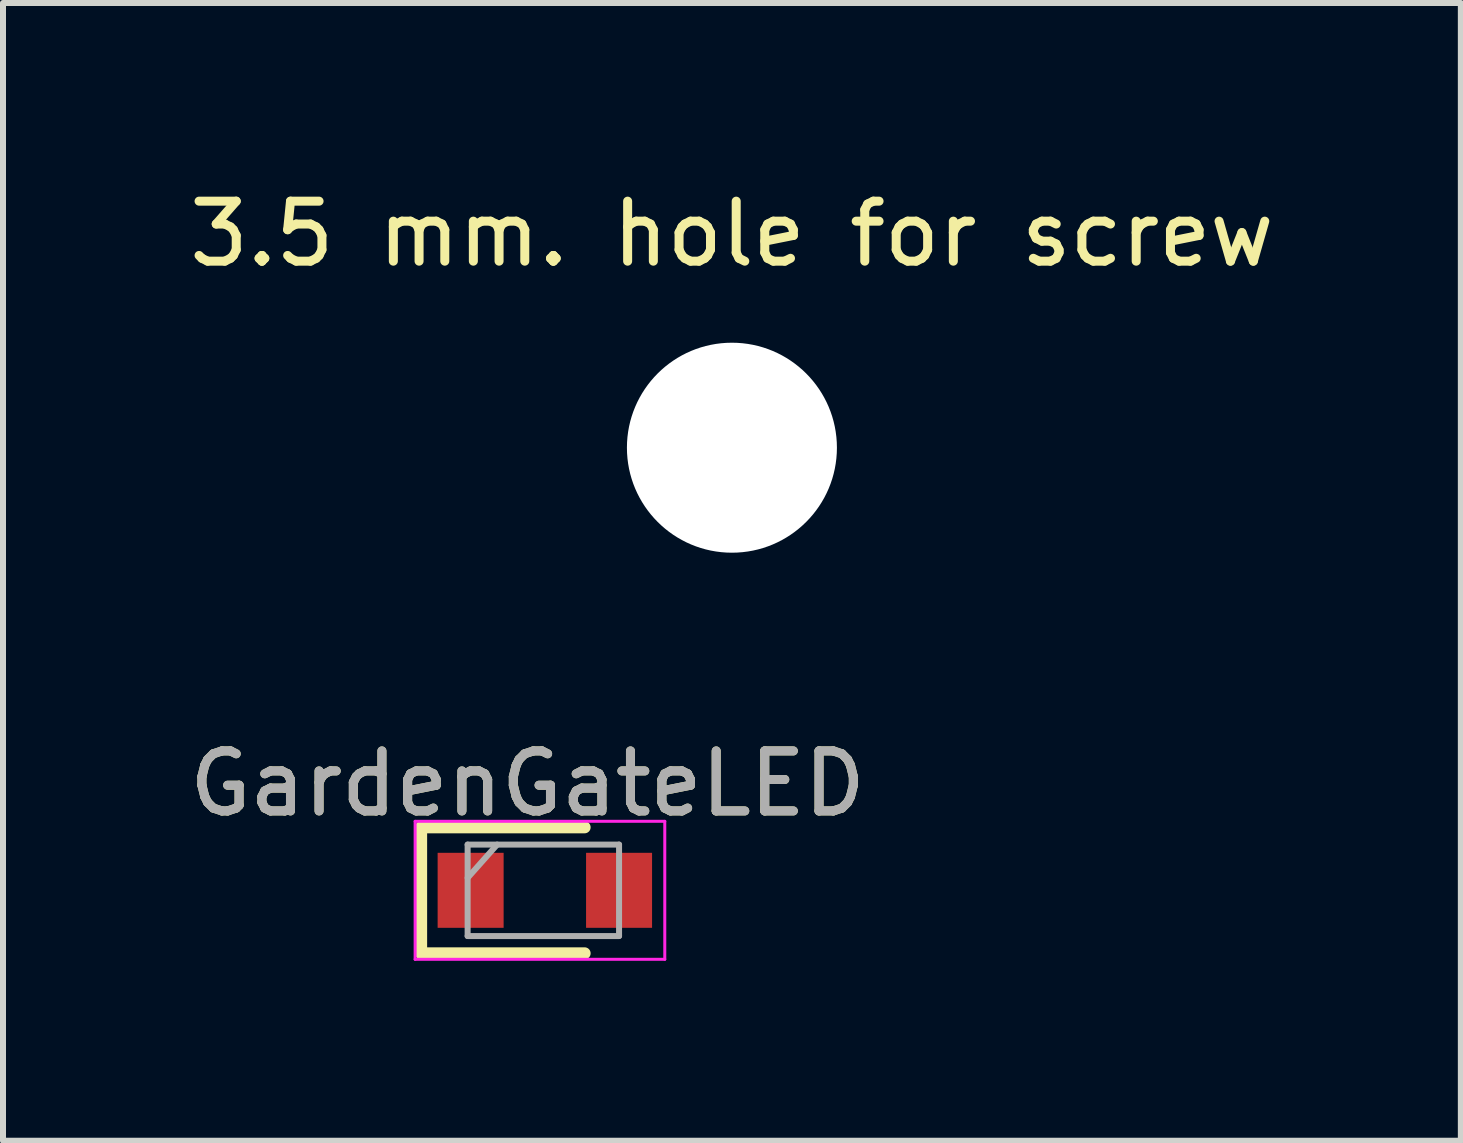
<source format=kicad_pcb>
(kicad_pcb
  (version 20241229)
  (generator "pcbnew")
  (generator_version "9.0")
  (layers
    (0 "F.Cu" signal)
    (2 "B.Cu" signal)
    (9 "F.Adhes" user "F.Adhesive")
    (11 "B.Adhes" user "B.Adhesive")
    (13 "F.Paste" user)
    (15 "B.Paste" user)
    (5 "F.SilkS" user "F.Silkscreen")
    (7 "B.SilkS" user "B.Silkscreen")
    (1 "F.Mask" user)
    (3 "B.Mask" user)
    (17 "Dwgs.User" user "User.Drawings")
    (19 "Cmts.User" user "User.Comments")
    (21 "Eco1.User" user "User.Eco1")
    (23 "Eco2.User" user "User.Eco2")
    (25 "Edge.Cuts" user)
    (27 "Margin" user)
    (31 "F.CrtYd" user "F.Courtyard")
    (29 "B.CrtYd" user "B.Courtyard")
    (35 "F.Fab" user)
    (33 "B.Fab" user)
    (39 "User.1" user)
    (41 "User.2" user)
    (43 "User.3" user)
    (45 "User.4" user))
  (footprint "3.5 mm. hole for screw"
    (layer "F.Cu")
    (at 9.149 0.348)
    (property "Reference" "3.5 mm. hole for screw" (at 0 0.5 0) (layer "F.SilkS") (effects (font (size 1 1) (thickness 0.15))))
    (attr through_hole)
    (pad "" np_thru_hole circle (at 0 4.064) (size 3.5 3.5) (drill 3.5) (layers "*.Cu" "*.Mask")))
  (footprint "GardenGateLED"
    (layer "F.Cu")
    (at 5.744 11.789)
    (property "Reference" "GardenGateLED" (at 0 -1.778 0) (layer "F.SilkS") (effects (font (size 1 1) (thickness 0.15))))
    (attr smd)
    (fp_line (start -1.775 -1.05) (end -1.775 1.05) (stroke (width 0.2) (type solid)) (layer "F.SilkS"))
    (fp_line (start -1.775 1.05) (end 0.95 1.05) (stroke (width 0.2) (type solid)) (layer "F.SilkS"))
    (fp_line (start 0.95 -1.05) (end -1.775 -1.05) (stroke (width 0.2) (type solid)) (layer "F.SilkS"))
    (fp_line (start -1.875 -1.15) (end 2.286 -1.15) (stroke (width 0.05) (type solid)) (layer "F.CrtYd"))
    (fp_line (start -1.875 1.15) (end -1.875 -1.15) (stroke (width 0.05) (type solid)) (layer "F.CrtYd"))
    (fp_line (start 2.286 -1.15) (end 2.286 1.15) (stroke (width 0.05) (type solid)) (layer "F.CrtYd"))
    (fp_line (start 2.286 1.15) (end -1.875 1.15) (stroke (width 0.05) (type solid)) (layer "F.CrtYd"))
    (fp_line (start -1 -0.762) (end 1.524 -0.762) (stroke (width 0.1) (type solid)) (layer "F.Fab"))
    (fp_line (start -1 -0.208) (end -0.508 -0.762) (stroke (width 0.1) (type solid)) (layer "F.Fab"))
    (fp_line (start -1 0.762) (end -1 -0.762) (stroke (width 0.1) (type solid)) (layer "F.Fab"))
    (fp_line (start 1.524 -0.762) (end 1.524 0.762) (stroke (width 0.1) (type solid)) (layer "F.Fab"))
    (fp_line (start 1.524 0.762) (end -1 0.762) (stroke (width 0.1) (type solid)) (layer "F.Fab"))
    (fp_text user "${REFERENCE}" (at 0 -1.778 0) (layer "F.Fab") (effects (font (size 1 1) (thickness 0.15))))
    (pad "1" smd rect (at -0.95 0) (size 1.1 1.25) (layers "F.Cu" "F.Mask" "F.Paste"))
    (pad "2" smd rect (at 1.524 0) (size 1.1 1.25) (layers "F.Cu" "F.Mask" "F.Paste")))
  (gr_rect
    (start -3 -3)
    (end 21.298 15.963)
    (stroke (width 0.1) (type default))
    (fill no)
    (layer "Edge.Cuts")))
</source>
